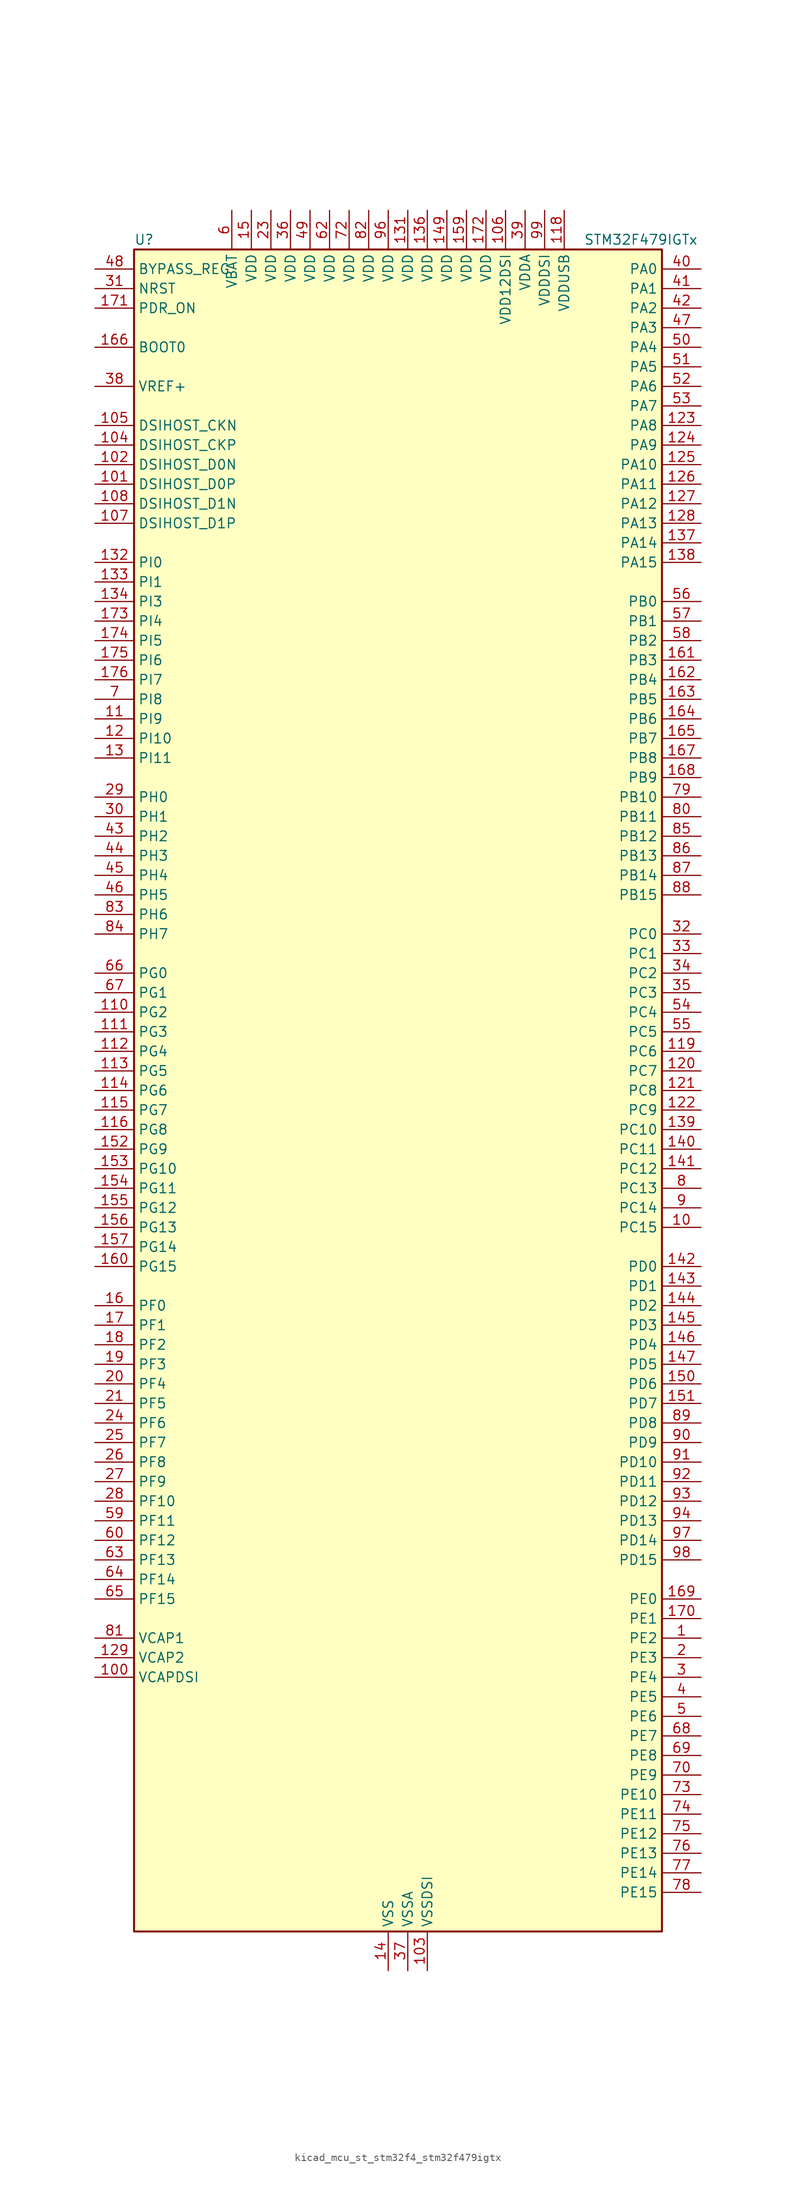
<source format=kicad_sym>
(kicad_symbol_lib
  (version 20220914)
  (generator kicad_symbol_editor)
  (symbol "kicad_mcu_st_stm32f4_stm32f479igtx"
    (property "Reference" "U"
      (at -33.02 110.49 0)
      (effects (font (size 1.27 1.27)) (justify left)))
    (property "Value" "STM32F479IGTx"
      (at 25.4 110.49 0)
      (effects (font (size 1.27 1.27)) (justify left)))
    (property "ki_locked" ""
      (at 0 0 0)
      (effects (font (size 1.27 1.27))))
    (symbol "kicad_mcu_st_stm32f4_stm32f479igtx_0_1"
      (rectangle (start -33.02 -109.22) (end 35.56 109.22) (stroke (width 0.254) (type default)) (fill (type background))))
    (symbol "kicad_mcu_st_stm32f4_stm32f479igtx_1_1"
      (pin bidirectional line (at 40.64 -71.12 180) (length 5.08) (name "PE2" (effects (font (size 1.27 1.27)))) (number "1" (effects (font (size 1.27 1.27)))) (alternate "ETH_TXD3" bidirectional line) (alternate "FMC_A23" bidirectional line) (alternate "QUADSPI_BK1_IO2" bidirectional line) (alternate "SAI1_MCLK_A" bidirectional line) (alternate "SPI4_SCK" bidirectional line) (alternate "SYS_TRACECLK" bidirectional line))
      (pin bidirectional line (at 40.64 -17.78 180) (length 5.08) (name "PC15" (effects (font (size 1.27 1.27)))) (number "10" (effects (font (size 1.27 1.27)))) (alternate "ADC1_EXTI15" bidirectional line) (alternate "ADC2_EXTI15" bidirectional line) (alternate "ADC3_EXTI15" bidirectional line) (alternate "RCC_OSC32_OUT" bidirectional line))
      (pin power_out line (at -38.1 -76.2 0) (length 5.08) (name "VCAPDSI" (effects (font (size 1.27 1.27)))) (number "100" (effects (font (size 1.27 1.27)))))
      (pin bidirectional line (at -38.1 78.74 0) (length 5.08) (name "DSIHOST_D0P" (effects (font (size 1.27 1.27)))) (number "101" (effects (font (size 1.27 1.27)))) (alternate "DSIHOST_D0P" bidirectional line))
      (pin bidirectional line (at -38.1 81.28 0) (length 5.08) (name "DSIHOST_D0N" (effects (font (size 1.27 1.27)))) (number "102" (effects (font (size 1.27 1.27)))) (alternate "DSIHOST_D0N" bidirectional line))
      (pin power_in line (at 5.08 -114.3 90) (length 5.08) (name "VSSDSI" (effects (font (size 1.27 1.27)))) (number "103" (effects (font (size 1.27 1.27)))))
      (pin bidirectional line (at -38.1 83.82 0) (length 5.08) (name "DSIHOST_CKP" (effects (font (size 1.27 1.27)))) (number "104" (effects (font (size 1.27 1.27)))) (alternate "DSIHOST_CKP" bidirectional line))
      (pin bidirectional line (at -38.1 86.36 0) (length 5.08) (name "DSIHOST_CKN" (effects (font (size 1.27 1.27)))) (number "105" (effects (font (size 1.27 1.27)))) (alternate "DSIHOST_CKN" bidirectional line))
      (pin power_in line (at 15.24 114.3 270) (length 5.08) (name "VDD12DSI" (effects (font (size 1.27 1.27)))) (number "106" (effects (font (size 1.27 1.27)))))
      (pin bidirectional line (at -38.1 73.66 0) (length 5.08) (name "DSIHOST_D1P" (effects (font (size 1.27 1.27)))) (number "107" (effects (font (size 1.27 1.27)))) (alternate "DSIHOST_D1P" bidirectional line))
      (pin bidirectional line (at -38.1 76.2 0) (length 5.08) (name "DSIHOST_D1N" (effects (font (size 1.27 1.27)))) (number "108" (effects (font (size 1.27 1.27)))) (alternate "DSIHOST_D1N" bidirectional line))
      (pin passive line (at 5.08 -114.3 90) (length 5.08) hide (name "VSSDSI" (effects (font (size 1.27 1.27)))) (number "109" (effects (font (size 1.27 1.27)))))
      (pin bidirectional line (at -38.1 48.26 0) (length 5.08) (name "PI9" (effects (font (size 1.27 1.27)))) (number "11" (effects (font (size 1.27 1.27)))) (alternate "CAN1_RX" bidirectional line) (alternate "DAC_EXTI9" bidirectional line) (alternate "FMC_D30" bidirectional line) (alternate "LTDC_VSYNC" bidirectional line))
      (pin bidirectional line (at -38.1 10.16 0) (length 5.08) (name "PG2" (effects (font (size 1.27 1.27)))) (number "110" (effects (font (size 1.27 1.27)))) (alternate "FMC_A12" bidirectional line))
      (pin bidirectional line (at -38.1 7.62 0) (length 5.08) (name "PG3" (effects (font (size 1.27 1.27)))) (number "111" (effects (font (size 1.27 1.27)))) (alternate "FMC_A13" bidirectional line))
      (pin bidirectional line (at -38.1 5.08 0) (length 5.08) (name "PG4" (effects (font (size 1.27 1.27)))) (number "112" (effects (font (size 1.27 1.27)))) (alternate "FMC_A14" bidirectional line) (alternate "FMC_BA0" bidirectional line))
      (pin bidirectional line (at -38.1 2.54 0) (length 5.08) (name "PG5" (effects (font (size 1.27 1.27)))) (number "113" (effects (font (size 1.27 1.27)))) (alternate "FMC_A15" bidirectional line) (alternate "FMC_BA1" bidirectional line))
      (pin bidirectional line (at -38.1 0 0) (length 5.08) (name "PG6" (effects (font (size 1.27 1.27)))) (number "114" (effects (font (size 1.27 1.27)))) (alternate "DCMI_D12" bidirectional line) (alternate "LTDC_R7" bidirectional line))
      (pin bidirectional line (at -38.1 -2.54 0) (length 5.08) (name "PG7" (effects (font (size 1.27 1.27)))) (number "115" (effects (font (size 1.27 1.27)))) (alternate "DCMI_D13" bidirectional line) (alternate "FMC_INT" bidirectional line) (alternate "LTDC_CLK" bidirectional line) (alternate "SAI1_MCLK_A" bidirectional line) (alternate "USART6_CK" bidirectional line))
      (pin bidirectional line (at -38.1 -5.08 0) (length 5.08) (name "PG8" (effects (font (size 1.27 1.27)))) (number "116" (effects (font (size 1.27 1.27)))) (alternate "ETH_PPS_OUT" bidirectional line) (alternate "FMC_SDCLK" bidirectional line) (alternate "LTDC_G7" bidirectional line) (alternate "SPI6_NSS" bidirectional line) (alternate "USART6_RTS" bidirectional line))
      (pin passive line (at 0 -114.3 90) (length 5.08) hide (name "VSS" (effects (font (size 1.27 1.27)))) (number "117" (effects (font (size 1.27 1.27)))))
      (pin power_in line (at 22.86 114.3 270) (length 5.08) (name "VDDUSB" (effects (font (size 1.27 1.27)))) (number "118" (effects (font (size 1.27 1.27)))))
      (pin bidirectional line (at 40.64 5.08 180) (length 5.08) (name "PC6" (effects (font (size 1.27 1.27)))) (number "119" (effects (font (size 1.27 1.27)))) (alternate "DCMI_D0" bidirectional line) (alternate "I2S2_MCK" bidirectional line) (alternate "LTDC_HSYNC" bidirectional line) (alternate "SDIO_D6" bidirectional line) (alternate "TIM3_CH1" bidirectional line) (alternate "TIM8_CH1" bidirectional line) (alternate "USART6_TX" bidirectional line))
      (pin bidirectional line (at -38.1 45.72 0) (length 5.08) (name "PI10" (effects (font (size 1.27 1.27)))) (number "12" (effects (font (size 1.27 1.27)))) (alternate "ETH_RX_ER" bidirectional line) (alternate "FMC_D31" bidirectional line) (alternate "LTDC_HSYNC" bidirectional line))
      (pin bidirectional line (at 40.64 2.54 180) (length 5.08) (name "PC7" (effects (font (size 1.27 1.27)))) (number "120" (effects (font (size 1.27 1.27)))) (alternate "DCMI_D1" bidirectional line) (alternate "I2S3_MCK" bidirectional line) (alternate "LTDC_G6" bidirectional line) (alternate "SDIO_D7" bidirectional line) (alternate "TIM3_CH2" bidirectional line) (alternate "TIM8_CH2" bidirectional line) (alternate "USART6_RX" bidirectional line))
      (pin bidirectional line (at 40.64 0 180) (length 5.08) (name "PC8" (effects (font (size 1.27 1.27)))) (number "121" (effects (font (size 1.27 1.27)))) (alternate "DCMI_D2" bidirectional line) (alternate "SDIO_D0" bidirectional line) (alternate "SYS_TRACED1" bidirectional line) (alternate "TIM3_CH3" bidirectional line) (alternate "TIM8_CH3" bidirectional line) (alternate "USART6_CK" bidirectional line))
      (pin bidirectional line (at 40.64 -2.54 180) (length 5.08) (name "PC9" (effects (font (size 1.27 1.27)))) (number "122" (effects (font (size 1.27 1.27)))) (alternate "DAC_EXTI9" bidirectional line) (alternate "DCMI_D3" bidirectional line) (alternate "I2C3_SDA" bidirectional line) (alternate "I2S_CKIN" bidirectional line) (alternate "QUADSPI_BK1_IO0" bidirectional line) (alternate "RCC_MCO_2" bidirectional line) (alternate "SDIO_D1" bidirectional line) (alternate "TIM3_CH4" bidirectional line) (alternate "TIM8_CH4" bidirectional line))
      (pin bidirectional line (at 40.64 86.36 180) (length 5.08) (name "PA8" (effects (font (size 1.27 1.27)))) (number "123" (effects (font (size 1.27 1.27)))) (alternate "I2C3_SCL" bidirectional line) (alternate "LTDC_R6" bidirectional line) (alternate "RCC_MCO_1" bidirectional line) (alternate "TIM1_CH1" bidirectional line) (alternate "USART1_CK" bidirectional line) (alternate "USB_OTG_FS_SOF" bidirectional line))
      (pin bidirectional line (at 40.64 83.82 180) (length 5.08) (name "PA9" (effects (font (size 1.27 1.27)))) (number "124" (effects (font (size 1.27 1.27)))) (alternate "DAC_EXTI9" bidirectional line) (alternate "DCMI_D0" bidirectional line) (alternate "I2C3_SMBA" bidirectional line) (alternate "I2S2_CK" bidirectional line) (alternate "SPI2_SCK" bidirectional line) (alternate "TIM1_CH2" bidirectional line) (alternate "USART1_TX" bidirectional line) (alternate "USB_OTG_FS_VBUS" bidirectional line))
      (pin bidirectional line (at 40.64 81.28 180) (length 5.08) (name "PA10" (effects (font (size 1.27 1.27)))) (number "125" (effects (font (size 1.27 1.27)))) (alternate "DCMI_D1" bidirectional line) (alternate "TIM1_CH3" bidirectional line) (alternate "USART1_RX" bidirectional line) (alternate "USB_OTG_FS_ID" bidirectional line))
      (pin bidirectional line (at 40.64 78.74 180) (length 5.08) (name "PA11" (effects (font (size 1.27 1.27)))) (number "126" (effects (font (size 1.27 1.27)))) (alternate "ADC1_EXTI11" bidirectional line) (alternate "ADC2_EXTI11" bidirectional line) (alternate "ADC3_EXTI11" bidirectional line) (alternate "CAN1_RX" bidirectional line) (alternate "LTDC_R4" bidirectional line) (alternate "TIM1_CH4" bidirectional line) (alternate "USART1_CTS" bidirectional line) (alternate "USB_OTG_FS_DM" bidirectional line))
      (pin bidirectional line (at 40.64 76.2 180) (length 5.08) (name "PA12" (effects (font (size 1.27 1.27)))) (number "127" (effects (font (size 1.27 1.27)))) (alternate "CAN1_TX" bidirectional line) (alternate "LTDC_R5" bidirectional line) (alternate "TIM1_ETR" bidirectional line) (alternate "USART1_RTS" bidirectional line) (alternate "USB_OTG_FS_DP" bidirectional line))
      (pin bidirectional line (at 40.64 73.66 180) (length 5.08) (name "PA13" (effects (font (size 1.27 1.27)))) (number "128" (effects (font (size 1.27 1.27)))) (alternate "SYS_JTMS-SWDIO" bidirectional line))
      (pin power_out line (at -38.1 -73.66 0) (length 5.08) (name "VCAP2" (effects (font (size 1.27 1.27)))) (number "129" (effects (font (size 1.27 1.27)))))
      (pin bidirectional line (at -38.1 43.18 0) (length 5.08) (name "PI11" (effects (font (size 1.27 1.27)))) (number "13" (effects (font (size 1.27 1.27)))) (alternate "ADC1_EXTI11" bidirectional line) (alternate "ADC2_EXTI11" bidirectional line) (alternate "ADC3_EXTI11" bidirectional line) (alternate "LTDC_G6" bidirectional line) (alternate "USB_OTG_HS_ULPI_DIR" bidirectional line))
      (pin passive line (at 0 -114.3 90) (length 5.08) hide (name "VSS" (effects (font (size 1.27 1.27)))) (number "130" (effects (font (size 1.27 1.27)))))
      (pin power_in line (at 2.54 114.3 270) (length 5.08) (name "VDD" (effects (font (size 1.27 1.27)))) (number "131" (effects (font (size 1.27 1.27)))))
      (pin bidirectional line (at -38.1 68.58 0) (length 5.08) (name "PI0" (effects (font (size 1.27 1.27)))) (number "132" (effects (font (size 1.27 1.27)))) (alternate "DCMI_D13" bidirectional line) (alternate "FMC_D24" bidirectional line) (alternate "I2S2_WS" bidirectional line) (alternate "LTDC_G5" bidirectional line) (alternate "SPI2_NSS" bidirectional line) (alternate "TIM5_CH4" bidirectional line))
      (pin bidirectional line (at -38.1 66.04 0) (length 5.08) (name "PI1" (effects (font (size 1.27 1.27)))) (number "133" (effects (font (size 1.27 1.27)))) (alternate "DCMI_D8" bidirectional line) (alternate "FMC_D25" bidirectional line) (alternate "I2S2_CK" bidirectional line) (alternate "LTDC_G6" bidirectional line) (alternate "SPI2_SCK" bidirectional line))
      (pin bidirectional line (at -38.1 63.5 0) (length 5.08) (name "PI3" (effects (font (size 1.27 1.27)))) (number "134" (effects (font (size 1.27 1.27)))) (alternate "DCMI_D10" bidirectional line) (alternate "FMC_D27" bidirectional line) (alternate "I2S2_SD" bidirectional line) (alternate "SPI2_MOSI" bidirectional line) (alternate "TIM8_ETR" bidirectional line))
      (pin passive line (at 0 -114.3 90) (length 5.08) hide (name "VSS" (effects (font (size 1.27 1.27)))) (number "135" (effects (font (size 1.27 1.27)))))
      (pin power_in line (at 5.08 114.3 270) (length 5.08) (name "VDD" (effects (font (size 1.27 1.27)))) (number "136" (effects (font (size 1.27 1.27)))))
      (pin bidirectional line (at 40.64 71.12 180) (length 5.08) (name "PA14" (effects (font (size 1.27 1.27)))) (number "137" (effects (font (size 1.27 1.27)))) (alternate "SYS_JTCK-SWCLK" bidirectional line))
      (pin bidirectional line (at 40.64 68.58 180) (length 5.08) (name "PA15" (effects (font (size 1.27 1.27)))) (number "138" (effects (font (size 1.27 1.27)))) (alternate "ADC1_EXTI15" bidirectional line) (alternate "ADC2_EXTI15" bidirectional line) (alternate "ADC3_EXTI15" bidirectional line) (alternate "I2S3_WS" bidirectional line) (alternate "SPI1_NSS" bidirectional line) (alternate "SPI3_NSS" bidirectional line) (alternate "SYS_JTDI" bidirectional line) (alternate "TIM2_CH1" bidirectional line) (alternate "TIM2_ETR" bidirectional line))
      (pin bidirectional line (at 40.64 -5.08 180) (length 5.08) (name "PC10" (effects (font (size 1.27 1.27)))) (number "139" (effects (font (size 1.27 1.27)))) (alternate "DCMI_D8" bidirectional line) (alternate "I2S3_CK" bidirectional line) (alternate "LTDC_R2" bidirectional line) (alternate "QUADSPI_BK1_IO1" bidirectional line) (alternate "SDIO_D2" bidirectional line) (alternate "SPI3_SCK" bidirectional line) (alternate "UART4_TX" bidirectional line) (alternate "USART3_TX" bidirectional line))
      (pin power_in line (at 0 -114.3 90) (length 5.08) (name "VSS" (effects (font (size 1.27 1.27)))) (number "14" (effects (font (size 1.27 1.27)))))
      (pin bidirectional line (at 40.64 -7.62 180) (length 5.08) (name "PC11" (effects (font (size 1.27 1.27)))) (number "140" (effects (font (size 1.27 1.27)))) (alternate "ADC1_EXTI11" bidirectional line) (alternate "ADC2_EXTI11" bidirectional line) (alternate "ADC3_EXTI11" bidirectional line) (alternate "DCMI_D4" bidirectional line) (alternate "I2S3_ext_SD" bidirectional line) (alternate "QUADSPI_BK2_NCS" bidirectional line) (alternate "SDIO_D3" bidirectional line) (alternate "SPI3_MISO" bidirectional line) (alternate "UART4_RX" bidirectional line) (alternate "USART3_RX" bidirectional line))
      (pin bidirectional line (at 40.64 -10.16 180) (length 5.08) (name "PC12" (effects (font (size 1.27 1.27)))) (number "141" (effects (font (size 1.27 1.27)))) (alternate "DCMI_D9" bidirectional line) (alternate "I2S3_SD" bidirectional line) (alternate "SDIO_CK" bidirectional line) (alternate "SPI3_MOSI" bidirectional line) (alternate "SYS_TRACED3" bidirectional line) (alternate "UART5_TX" bidirectional line) (alternate "USART3_CK" bidirectional line))
      (pin bidirectional line (at 40.64 -22.86 180) (length 5.08) (name "PD0" (effects (font (size 1.27 1.27)))) (number "142" (effects (font (size 1.27 1.27)))) (alternate "CAN1_RX" bidirectional line) (alternate "FMC_D2" bidirectional line) (alternate "FMC_DA2" bidirectional line))
      (pin bidirectional line (at 40.64 -25.4 180) (length 5.08) (name "PD1" (effects (font (size 1.27 1.27)))) (number "143" (effects (font (size 1.27 1.27)))) (alternate "CAN1_TX" bidirectional line) (alternate "FMC_D3" bidirectional line) (alternate "FMC_DA3" bidirectional line))
      (pin bidirectional line (at 40.64 -27.94 180) (length 5.08) (name "PD2" (effects (font (size 1.27 1.27)))) (number "144" (effects (font (size 1.27 1.27)))) (alternate "DCMI_D11" bidirectional line) (alternate "SDIO_CMD" bidirectional line) (alternate "SYS_TRACED2" bidirectional line) (alternate "TIM3_ETR" bidirectional line) (alternate "UART5_RX" bidirectional line))
      (pin bidirectional line (at 40.64 -30.48 180) (length 5.08) (name "PD3" (effects (font (size 1.27 1.27)))) (number "145" (effects (font (size 1.27 1.27)))) (alternate "DCMI_D5" bidirectional line) (alternate "FMC_CLK" bidirectional line) (alternate "I2S2_CK" bidirectional line) (alternate "LTDC_G7" bidirectional line) (alternate "SPI2_SCK" bidirectional line) (alternate "USART2_CTS" bidirectional line))
      (pin bidirectional line (at 40.64 -33.02 180) (length 5.08) (name "PD4" (effects (font (size 1.27 1.27)))) (number "146" (effects (font (size 1.27 1.27)))) (alternate "FMC_NOE" bidirectional line) (alternate "USART2_RTS" bidirectional line))
      (pin bidirectional line (at 40.64 -35.56 180) (length 5.08) (name "PD5" (effects (font (size 1.27 1.27)))) (number "147" (effects (font (size 1.27 1.27)))) (alternate "FMC_NWE" bidirectional line) (alternate "USART2_TX" bidirectional line))
      (pin passive line (at 0 -114.3 90) (length 5.08) hide (name "VSS" (effects (font (size 1.27 1.27)))) (number "148" (effects (font (size 1.27 1.27)))))
      (pin power_in line (at 7.62 114.3 270) (length 5.08) (name "VDD" (effects (font (size 1.27 1.27)))) (number "149" (effects (font (size 1.27 1.27)))))
      (pin power_in line (at -17.78 114.3 270) (length 5.08) (name "VDD" (effects (font (size 1.27 1.27)))) (number "15" (effects (font (size 1.27 1.27)))))
      (pin bidirectional line (at 40.64 -38.1 180) (length 5.08) (name "PD6" (effects (font (size 1.27 1.27)))) (number "150" (effects (font (size 1.27 1.27)))) (alternate "DCMI_D10" bidirectional line) (alternate "FMC_NWAIT" bidirectional line) (alternate "I2S3_SD" bidirectional line) (alternate "LTDC_B2" bidirectional line) (alternate "SAI1_SD_A" bidirectional line) (alternate "SPI3_MOSI" bidirectional line) (alternate "USART2_RX" bidirectional line))
      (pin bidirectional line (at 40.64 -40.64 180) (length 5.08) (name "PD7" (effects (font (size 1.27 1.27)))) (number "151" (effects (font (size 1.27 1.27)))) (alternate "FMC_NE1" bidirectional line) (alternate "USART2_CK" bidirectional line))
      (pin bidirectional line (at -38.1 -7.62 0) (length 5.08) (name "PG9" (effects (font (size 1.27 1.27)))) (number "152" (effects (font (size 1.27 1.27)))) (alternate "DAC_EXTI9" bidirectional line) (alternate "DCMI_VSYNC" bidirectional line) (alternate "FMC_NCE" bidirectional line) (alternate "FMC_NE2" bidirectional line) (alternate "QUADSPI_BK2_IO2" bidirectional line) (alternate "USART6_RX" bidirectional line))
      (pin bidirectional line (at -38.1 -10.16 0) (length 5.08) (name "PG10" (effects (font (size 1.27 1.27)))) (number "153" (effects (font (size 1.27 1.27)))) (alternate "DCMI_D2" bidirectional line) (alternate "FMC_NE3" bidirectional line) (alternate "LTDC_B2" bidirectional line) (alternate "LTDC_G3" bidirectional line))
      (pin bidirectional line (at -38.1 -12.7 0) (length 5.08) (name "PG11" (effects (font (size 1.27 1.27)))) (number "154" (effects (font (size 1.27 1.27)))) (alternate "ADC1_EXTI11" bidirectional line) (alternate "ADC2_EXTI11" bidirectional line) (alternate "ADC3_EXTI11" bidirectional line) (alternate "DCMI_D3" bidirectional line) (alternate "ETH_TX_EN" bidirectional line) (alternate "LTDC_B3" bidirectional line))
      (pin bidirectional line (at -38.1 -15.24 0) (length 5.08) (name "PG12" (effects (font (size 1.27 1.27)))) (number "155" (effects (font (size 1.27 1.27)))) (alternate "FMC_NE4" bidirectional line) (alternate "LTDC_B1" bidirectional line) (alternate "LTDC_B4" bidirectional line) (alternate "SPI6_MISO" bidirectional line) (alternate "USART6_RTS" bidirectional line))
      (pin bidirectional line (at -38.1 -17.78 0) (length 5.08) (name "PG13" (effects (font (size 1.27 1.27)))) (number "156" (effects (font (size 1.27 1.27)))) (alternate "ETH_TXD0" bidirectional line) (alternate "FMC_A24" bidirectional line) (alternate "LTDC_R0" bidirectional line) (alternate "SPI6_SCK" bidirectional line) (alternate "SYS_TRACED0" bidirectional line) (alternate "USART6_CTS" bidirectional line))
      (pin bidirectional line (at -38.1 -20.32 0) (length 5.08) (name "PG14" (effects (font (size 1.27 1.27)))) (number "157" (effects (font (size 1.27 1.27)))) (alternate "ETH_TXD1" bidirectional line) (alternate "FMC_A25" bidirectional line) (alternate "LTDC_B0" bidirectional line) (alternate "QUADSPI_BK2_IO3" bidirectional line) (alternate "SPI6_MOSI" bidirectional line) (alternate "SYS_TRACED1" bidirectional line) (alternate "USART6_TX" bidirectional line))
      (pin passive line (at 0 -114.3 90) (length 5.08) hide (name "VSS" (effects (font (size 1.27 1.27)))) (number "158" (effects (font (size 1.27 1.27)))))
      (pin power_in line (at 10.16 114.3 270) (length 5.08) (name "VDD" (effects (font (size 1.27 1.27)))) (number "159" (effects (font (size 1.27 1.27)))))
      (pin bidirectional line (at -38.1 -27.94 0) (length 5.08) (name "PF0" (effects (font (size 1.27 1.27)))) (number "16" (effects (font (size 1.27 1.27)))) (alternate "FMC_A0" bidirectional line) (alternate "I2C2_SDA" bidirectional line))
      (pin bidirectional line (at -38.1 -22.86 0) (length 5.08) (name "PG15" (effects (font (size 1.27 1.27)))) (number "160" (effects (font (size 1.27 1.27)))) (alternate "ADC1_EXTI15" bidirectional line) (alternate "ADC2_EXTI15" bidirectional line) (alternate "ADC3_EXTI15" bidirectional line) (alternate "DCMI_D13" bidirectional line) (alternate "FMC_SDNCAS" bidirectional line) (alternate "USART6_CTS" bidirectional line))
      (pin bidirectional line (at 40.64 55.88 180) (length 5.08) (name "PB3" (effects (font (size 1.27 1.27)))) (number "161" (effects (font (size 1.27 1.27)))) (alternate "I2S3_CK" bidirectional line) (alternate "SPI1_SCK" bidirectional line) (alternate "SPI3_SCK" bidirectional line) (alternate "SYS_JTDO-SWO" bidirectional line) (alternate "TIM2_CH2" bidirectional line))
      (pin bidirectional line (at 40.64 53.34 180) (length 5.08) (name "PB4" (effects (font (size 1.27 1.27)))) (number "162" (effects (font (size 1.27 1.27)))) (alternate "I2S3_ext_SD" bidirectional line) (alternate "SPI1_MISO" bidirectional line) (alternate "SPI3_MISO" bidirectional line) (alternate "SYS_JTRST" bidirectional line) (alternate "TIM3_CH1" bidirectional line))
      (pin bidirectional line (at 40.64 50.8 180) (length 5.08) (name "PB5" (effects (font (size 1.27 1.27)))) (number "163" (effects (font (size 1.27 1.27)))) (alternate "CAN2_RX" bidirectional line) (alternate "DCMI_D10" bidirectional line) (alternate "ETH_PPS_OUT" bidirectional line) (alternate "FMC_SDCKE1" bidirectional line) (alternate "I2C1_SMBA" bidirectional line) (alternate "I2S3_SD" bidirectional line) (alternate "LTDC_G7" bidirectional line) (alternate "SPI1_MOSI" bidirectional line) (alternate "SPI3_MOSI" bidirectional line) (alternate "TIM3_CH2" bidirectional line) (alternate "USB_OTG_HS_ULPI_D7" bidirectional line))
      (pin bidirectional line (at 40.64 48.26 180) (length 5.08) (name "PB6" (effects (font (size 1.27 1.27)))) (number "164" (effects (font (size 1.27 1.27)))) (alternate "CAN2_TX" bidirectional line) (alternate "DCMI_D5" bidirectional line) (alternate "FMC_SDNE1" bidirectional line) (alternate "I2C1_SCL" bidirectional line) (alternate "QUADSPI_BK1_NCS" bidirectional line) (alternate "TIM4_CH1" bidirectional line) (alternate "USART1_TX" bidirectional line))
      (pin bidirectional line (at 40.64 45.72 180) (length 5.08) (name "PB7" (effects (font (size 1.27 1.27)))) (number "165" (effects (font (size 1.27 1.27)))) (alternate "DCMI_VSYNC" bidirectional line) (alternate "FMC_NL" bidirectional line) (alternate "I2C1_SDA" bidirectional line) (alternate "TIM4_CH2" bidirectional line) (alternate "USART1_RX" bidirectional line))
      (pin input line (at -38.1 96.52 0) (length 5.08) (name "BOOT0" (effects (font (size 1.27 1.27)))) (number "166" (effects (font (size 1.27 1.27)))))
      (pin bidirectional line (at 40.64 43.18 180) (length 5.08) (name "PB8" (effects (font (size 1.27 1.27)))) (number "167" (effects (font (size 1.27 1.27)))) (alternate "CAN1_RX" bidirectional line) (alternate "DCMI_D6" bidirectional line) (alternate "ETH_TXD3" bidirectional line) (alternate "I2C1_SCL" bidirectional line) (alternate "LTDC_B6" bidirectional line) (alternate "SDIO_D4" bidirectional line) (alternate "TIM10_CH1" bidirectional line) (alternate "TIM4_CH3" bidirectional line))
      (pin bidirectional line (at 40.64 40.64 180) (length 5.08) (name "PB9" (effects (font (size 1.27 1.27)))) (number "168" (effects (font (size 1.27 1.27)))) (alternate "CAN1_TX" bidirectional line) (alternate "DAC_EXTI9" bidirectional line) (alternate "DCMI_D7" bidirectional line) (alternate "I2C1_SDA" bidirectional line) (alternate "I2S2_WS" bidirectional line) (alternate "LTDC_B7" bidirectional line) (alternate "SDIO_D5" bidirectional line) (alternate "SPI2_NSS" bidirectional line) (alternate "TIM11_CH1" bidirectional line) (alternate "TIM4_CH4" bidirectional line))
      (pin bidirectional line (at 40.64 -66.04 180) (length 5.08) (name "PE0" (effects (font (size 1.27 1.27)))) (number "169" (effects (font (size 1.27 1.27)))) (alternate "DCMI_D2" bidirectional line) (alternate "FMC_NBL0" bidirectional line) (alternate "TIM4_ETR" bidirectional line) (alternate "UART8_RX" bidirectional line))
      (pin bidirectional line (at -38.1 -30.48 0) (length 5.08) (name "PF1" (effects (font (size 1.27 1.27)))) (number "17" (effects (font (size 1.27 1.27)))) (alternate "FMC_A1" bidirectional line) (alternate "I2C2_SCL" bidirectional line))
      (pin bidirectional line (at 40.64 -68.58 180) (length 5.08) (name "PE1" (effects (font (size 1.27 1.27)))) (number "170" (effects (font (size 1.27 1.27)))) (alternate "DCMI_D3" bidirectional line) (alternate "FMC_NBL1" bidirectional line) (alternate "UART8_TX" bidirectional line))
      (pin input line (at -38.1 101.6 0) (length 5.08) (name "PDR_ON" (effects (font (size 1.27 1.27)))) (number "171" (effects (font (size 1.27 1.27)))))
      (pin power_in line (at 12.7 114.3 270) (length 5.08) (name "VDD" (effects (font (size 1.27 1.27)))) (number "172" (effects (font (size 1.27 1.27)))))
      (pin bidirectional line (at -38.1 60.96 0) (length 5.08) (name "PI4" (effects (font (size 1.27 1.27)))) (number "173" (effects (font (size 1.27 1.27)))) (alternate "DCMI_D5" bidirectional line) (alternate "FMC_NBL2" bidirectional line) (alternate "LTDC_B4" bidirectional line) (alternate "TIM8_BKIN" bidirectional line))
      (pin bidirectional line (at -38.1 58.42 0) (length 5.08) (name "PI5" (effects (font (size 1.27 1.27)))) (number "174" (effects (font (size 1.27 1.27)))) (alternate "DCMI_VSYNC" bidirectional line) (alternate "FMC_NBL3" bidirectional line) (alternate "LTDC_B5" bidirectional line) (alternate "TIM8_CH1" bidirectional line))
      (pin bidirectional line (at -38.1 55.88 0) (length 5.08) (name "PI6" (effects (font (size 1.27 1.27)))) (number "175" (effects (font (size 1.27 1.27)))) (alternate "DCMI_D6" bidirectional line) (alternate "FMC_D28" bidirectional line) (alternate "LTDC_B6" bidirectional line) (alternate "TIM8_CH2" bidirectional line))
      (pin bidirectional line (at -38.1 53.34 0) (length 5.08) (name "PI7" (effects (font (size 1.27 1.27)))) (number "176" (effects (font (size 1.27 1.27)))) (alternate "DCMI_D7" bidirectional line) (alternate "FMC_D29" bidirectional line) (alternate "LTDC_B7" bidirectional line) (alternate "TIM8_CH3" bidirectional line))
      (pin bidirectional line (at -38.1 -33.02 0) (length 5.08) (name "PF2" (effects (font (size 1.27 1.27)))) (number "18" (effects (font (size 1.27 1.27)))) (alternate "FMC_A2" bidirectional line) (alternate "I2C2_SMBA" bidirectional line))
      (pin bidirectional line (at -38.1 -35.56 0) (length 5.08) (name "PF3" (effects (font (size 1.27 1.27)))) (number "19" (effects (font (size 1.27 1.27)))) (alternate "ADC3_IN9" bidirectional line) (alternate "FMC_A3" bidirectional line))
      (pin bidirectional line (at 40.64 -73.66 180) (length 5.08) (name "PE3" (effects (font (size 1.27 1.27)))) (number "2" (effects (font (size 1.27 1.27)))) (alternate "FMC_A19" bidirectional line) (alternate "SAI1_SD_B" bidirectional line) (alternate "SYS_TRACED0" bidirectional line))
      (pin bidirectional line (at -38.1 -38.1 0) (length 5.08) (name "PF4" (effects (font (size 1.27 1.27)))) (number "20" (effects (font (size 1.27 1.27)))) (alternate "ADC3_IN14" bidirectional line) (alternate "FMC_A4" bidirectional line))
      (pin bidirectional line (at -38.1 -40.64 0) (length 5.08) (name "PF5" (effects (font (size 1.27 1.27)))) (number "21" (effects (font (size 1.27 1.27)))) (alternate "ADC3_IN15" bidirectional line) (alternate "FMC_A5" bidirectional line))
      (pin passive line (at 0 -114.3 90) (length 5.08) hide (name "VSS" (effects (font (size 1.27 1.27)))) (number "22" (effects (font (size 1.27 1.27)))))
      (pin power_in line (at -15.24 114.3 270) (length 5.08) (name "VDD" (effects (font (size 1.27 1.27)))) (number "23" (effects (font (size 1.27 1.27)))))
      (pin bidirectional line (at -38.1 -43.18 0) (length 5.08) (name "PF6" (effects (font (size 1.27 1.27)))) (number "24" (effects (font (size 1.27 1.27)))) (alternate "ADC3_IN4" bidirectional line) (alternate "QUADSPI_BK1_IO3" bidirectional line) (alternate "SAI1_SD_B" bidirectional line) (alternate "SPI5_NSS" bidirectional line) (alternate "TIM10_CH1" bidirectional line) (alternate "UART7_RX" bidirectional line))
      (pin bidirectional line (at -38.1 -45.72 0) (length 5.08) (name "PF7" (effects (font (size 1.27 1.27)))) (number "25" (effects (font (size 1.27 1.27)))) (alternate "ADC3_IN5" bidirectional line) (alternate "QUADSPI_BK1_IO2" bidirectional line) (alternate "SAI1_MCLK_B" bidirectional line) (alternate "SPI5_SCK" bidirectional line) (alternate "TIM11_CH1" bidirectional line) (alternate "UART7_TX" bidirectional line))
      (pin bidirectional line (at -38.1 -48.26 0) (length 5.08) (name "PF8" (effects (font (size 1.27 1.27)))) (number "26" (effects (font (size 1.27 1.27)))) (alternate "ADC3_IN6" bidirectional line) (alternate "QUADSPI_BK1_IO0" bidirectional line) (alternate "SAI1_SCK_B" bidirectional line) (alternate "SPI5_MISO" bidirectional line) (alternate "TIM13_CH1" bidirectional line))
      (pin bidirectional line (at -38.1 -50.8 0) (length 5.08) (name "PF9" (effects (font (size 1.27 1.27)))) (number "27" (effects (font (size 1.27 1.27)))) (alternate "ADC3_IN7" bidirectional line) (alternate "DAC_EXTI9" bidirectional line) (alternate "QUADSPI_BK1_IO1" bidirectional line) (alternate "SAI1_FS_B" bidirectional line) (alternate "SPI5_MOSI" bidirectional line) (alternate "TIM14_CH1" bidirectional line))
      (pin bidirectional line (at -38.1 -53.34 0) (length 5.08) (name "PF10" (effects (font (size 1.27 1.27)))) (number "28" (effects (font (size 1.27 1.27)))) (alternate "ADC3_IN8" bidirectional line) (alternate "DCMI_D11" bidirectional line) (alternate "LTDC_DE" bidirectional line) (alternate "QUADSPI_CLK" bidirectional line))
      (pin bidirectional line (at -38.1 38.1 0) (length 5.08) (name "PH0" (effects (font (size 1.27 1.27)))) (number "29" (effects (font (size 1.27 1.27)))) (alternate "RCC_OSC_IN" bidirectional line))
      (pin bidirectional line (at 40.64 -76.2 180) (length 5.08) (name "PE4" (effects (font (size 1.27 1.27)))) (number "3" (effects (font (size 1.27 1.27)))) (alternate "DCMI_D4" bidirectional line) (alternate "FMC_A20" bidirectional line) (alternate "LTDC_B0" bidirectional line) (alternate "SAI1_FS_A" bidirectional line) (alternate "SPI4_NSS" bidirectional line) (alternate "SYS_TRACED1" bidirectional line))
      (pin bidirectional line (at -38.1 35.56 0) (length 5.08) (name "PH1" (effects (font (size 1.27 1.27)))) (number "30" (effects (font (size 1.27 1.27)))) (alternate "RCC_OSC_OUT" bidirectional line))
      (pin input line (at -38.1 104.14 0) (length 5.08) (name "NRST" (effects (font (size 1.27 1.27)))) (number "31" (effects (font (size 1.27 1.27)))))
      (pin bidirectional line (at 40.64 20.32 180) (length 5.08) (name "PC0" (effects (font (size 1.27 1.27)))) (number "32" (effects (font (size 1.27 1.27)))) (alternate "ADC1_IN10" bidirectional line) (alternate "ADC2_IN10" bidirectional line) (alternate "ADC3_IN10" bidirectional line) (alternate "FMC_SDNWE" bidirectional line) (alternate "LTDC_R5" bidirectional line) (alternate "USB_OTG_HS_ULPI_STP" bidirectional line))
      (pin bidirectional line (at 40.64 17.78 180) (length 5.08) (name "PC1" (effects (font (size 1.27 1.27)))) (number "33" (effects (font (size 1.27 1.27)))) (alternate "ADC1_IN11" bidirectional line) (alternate "ADC2_IN11" bidirectional line) (alternate "ADC3_IN11" bidirectional line) (alternate "ETH_MDC" bidirectional line) (alternate "I2S2_SD" bidirectional line) (alternate "SAI1_SD_A" bidirectional line) (alternate "SPI2_MOSI" bidirectional line) (alternate "SYS_TRACED0" bidirectional line))
      (pin bidirectional line (at 40.64 15.24 180) (length 5.08) (name "PC2" (effects (font (size 1.27 1.27)))) (number "34" (effects (font (size 1.27 1.27)))) (alternate "ADC1_IN12" bidirectional line) (alternate "ADC2_IN12" bidirectional line) (alternate "ADC3_IN12" bidirectional line) (alternate "ETH_TXD2" bidirectional line) (alternate "FMC_SDNE0" bidirectional line) (alternate "I2S2_ext_SD" bidirectional line) (alternate "SPI2_MISO" bidirectional line) (alternate "USB_OTG_HS_ULPI_DIR" bidirectional line))
      (pin bidirectional line (at 40.64 12.7 180) (length 5.08) (name "PC3" (effects (font (size 1.27 1.27)))) (number "35" (effects (font (size 1.27 1.27)))) (alternate "ADC1_IN13" bidirectional line) (alternate "ADC2_IN13" bidirectional line) (alternate "ADC3_IN13" bidirectional line) (alternate "ETH_TX_CLK" bidirectional line) (alternate "FMC_SDCKE0" bidirectional line) (alternate "I2S2_SD" bidirectional line) (alternate "SPI2_MOSI" bidirectional line) (alternate "USB_OTG_HS_ULPI_NXT" bidirectional line))
      (pin power_in line (at -12.7 114.3 270) (length 5.08) (name "VDD" (effects (font (size 1.27 1.27)))) (number "36" (effects (font (size 1.27 1.27)))))
      (pin power_in line (at 2.54 -114.3 90) (length 5.08) (name "VSSA" (effects (font (size 1.27 1.27)))) (number "37" (effects (font (size 1.27 1.27)))))
      (pin input line (at -38.1 91.44 0) (length 5.08) (name "VREF+" (effects (font (size 1.27 1.27)))) (number "38" (effects (font (size 1.27 1.27)))))
      (pin power_in line (at 17.78 114.3 270) (length 5.08) (name "VDDA" (effects (font (size 1.27 1.27)))) (number "39" (effects (font (size 1.27 1.27)))))
      (pin bidirectional line (at 40.64 -78.74 180) (length 5.08) (name "PE5" (effects (font (size 1.27 1.27)))) (number "4" (effects (font (size 1.27 1.27)))) (alternate "DCMI_D6" bidirectional line) (alternate "FMC_A21" bidirectional line) (alternate "LTDC_G0" bidirectional line) (alternate "SAI1_SCK_A" bidirectional line) (alternate "SPI4_MISO" bidirectional line) (alternate "SYS_TRACED2" bidirectional line) (alternate "TIM9_CH1" bidirectional line))
      (pin bidirectional line (at 40.64 106.68 180) (length 5.08) (name "PA0" (effects (font (size 1.27 1.27)))) (number "40" (effects (font (size 1.27 1.27)))) (alternate "ADC1_IN0" bidirectional line) (alternate "ADC2_IN0" bidirectional line) (alternate "ADC3_IN0" bidirectional line) (alternate "ETH_CRS" bidirectional line) (alternate "SYS_WKUP" bidirectional line) (alternate "TIM2_CH1" bidirectional line) (alternate "TIM2_ETR" bidirectional line) (alternate "TIM5_CH1" bidirectional line) (alternate "TIM8_ETR" bidirectional line) (alternate "UART4_TX" bidirectional line) (alternate "USART2_CTS" bidirectional line))
      (pin bidirectional line (at 40.64 104.14 180) (length 5.08) (name "PA1" (effects (font (size 1.27 1.27)))) (number "41" (effects (font (size 1.27 1.27)))) (alternate "ADC1_IN1" bidirectional line) (alternate "ADC2_IN1" bidirectional line) (alternate "ADC3_IN1" bidirectional line) (alternate "ETH_REF_CLK" bidirectional line) (alternate "ETH_RX_CLK" bidirectional line) (alternate "LTDC_R2" bidirectional line) (alternate "QUADSPI_BK1_IO3" bidirectional line) (alternate "TIM2_CH2" bidirectional line) (alternate "TIM5_CH2" bidirectional line) (alternate "UART4_RX" bidirectional line) (alternate "USART2_RTS" bidirectional line))
      (pin bidirectional line (at 40.64 101.6 180) (length 5.08) (name "PA2" (effects (font (size 1.27 1.27)))) (number "42" (effects (font (size 1.27 1.27)))) (alternate "ADC1_IN2" bidirectional line) (alternate "ADC2_IN2" bidirectional line) (alternate "ADC3_IN2" bidirectional line) (alternate "ETH_MDIO" bidirectional line) (alternate "LTDC_R1" bidirectional line) (alternate "TIM2_CH3" bidirectional line) (alternate "TIM5_CH3" bidirectional line) (alternate "TIM9_CH1" bidirectional line) (alternate "USART2_TX" bidirectional line))
      (pin bidirectional line (at -38.1 33.02 0) (length 5.08) (name "PH2" (effects (font (size 1.27 1.27)))) (number "43" (effects (font (size 1.27 1.27)))) (alternate "ETH_CRS" bidirectional line) (alternate "FMC_SDCKE0" bidirectional line) (alternate "LTDC_R0" bidirectional line) (alternate "QUADSPI_BK2_IO0" bidirectional line))
      (pin bidirectional line (at -38.1 30.48 0) (length 5.08) (name "PH3" (effects (font (size 1.27 1.27)))) (number "44" (effects (font (size 1.27 1.27)))) (alternate "ETH_COL" bidirectional line) (alternate "FMC_SDNE0" bidirectional line) (alternate "LTDC_R1" bidirectional line) (alternate "QUADSPI_BK2_IO1" bidirectional line))
      (pin bidirectional line (at -38.1 27.94 0) (length 5.08) (name "PH4" (effects (font (size 1.27 1.27)))) (number "45" (effects (font (size 1.27 1.27)))) (alternate "I2C2_SCL" bidirectional line) (alternate "LTDC_G4" bidirectional line) (alternate "LTDC_G5" bidirectional line) (alternate "USB_OTG_HS_ULPI_NXT" bidirectional line))
      (pin bidirectional line (at -38.1 25.4 0) (length 5.08) (name "PH5" (effects (font (size 1.27 1.27)))) (number "46" (effects (font (size 1.27 1.27)))) (alternate "FMC_SDNWE" bidirectional line) (alternate "I2C2_SDA" bidirectional line) (alternate "SPI5_NSS" bidirectional line))
      (pin bidirectional line (at 40.64 99.06 180) (length 5.08) (name "PA3" (effects (font (size 1.27 1.27)))) (number "47" (effects (font (size 1.27 1.27)))) (alternate "ADC1_IN3" bidirectional line) (alternate "ADC2_IN3" bidirectional line) (alternate "ADC3_IN3" bidirectional line) (alternate "ETH_COL" bidirectional line) (alternate "LTDC_B2" bidirectional line) (alternate "LTDC_B5" bidirectional line) (alternate "TIM2_CH4" bidirectional line) (alternate "TIM5_CH4" bidirectional line) (alternate "TIM9_CH2" bidirectional line) (alternate "USART2_RX" bidirectional line) (alternate "USB_OTG_HS_ULPI_D0" bidirectional line))
      (pin input line (at -38.1 106.68 0) (length 5.08) (name "BYPASS_REG" (effects (font (size 1.27 1.27)))) (number "48" (effects (font (size 1.27 1.27)))))
      (pin power_in line (at -10.16 114.3 270) (length 5.08) (name "VDD" (effects (font (size 1.27 1.27)))) (number "49" (effects (font (size 1.27 1.27)))))
      (pin bidirectional line (at 40.64 -81.28 180) (length 5.08) (name "PE6" (effects (font (size 1.27 1.27)))) (number "5" (effects (font (size 1.27 1.27)))) (alternate "DCMI_D7" bidirectional line) (alternate "FMC_A22" bidirectional line) (alternate "LTDC_G1" bidirectional line) (alternate "SAI1_SD_A" bidirectional line) (alternate "SPI4_MOSI" bidirectional line) (alternate "SYS_TRACED3" bidirectional line) (alternate "TIM9_CH2" bidirectional line))
      (pin bidirectional line (at 40.64 96.52 180) (length 5.08) (name "PA4" (effects (font (size 1.27 1.27)))) (number "50" (effects (font (size 1.27 1.27)))) (alternate "ADC1_IN4" bidirectional line) (alternate "ADC2_IN4" bidirectional line) (alternate "DAC_OUT1" bidirectional line) (alternate "DCMI_HSYNC" bidirectional line) (alternate "I2S3_WS" bidirectional line) (alternate "LTDC_VSYNC" bidirectional line) (alternate "SPI1_NSS" bidirectional line) (alternate "SPI3_NSS" bidirectional line) (alternate "USART2_CK" bidirectional line) (alternate "USB_OTG_HS_SOF" bidirectional line))
      (pin bidirectional line (at 40.64 93.98 180) (length 5.08) (name "PA5" (effects (font (size 1.27 1.27)))) (number "51" (effects (font (size 1.27 1.27)))) (alternate "ADC1_IN5" bidirectional line) (alternate "ADC2_IN5" bidirectional line) (alternate "DAC_OUT2" bidirectional line) (alternate "LTDC_R4" bidirectional line) (alternate "SPI1_SCK" bidirectional line) (alternate "TIM2_CH1" bidirectional line) (alternate "TIM2_ETR" bidirectional line) (alternate "TIM8_CH1N" bidirectional line) (alternate "USB_OTG_HS_ULPI_CK" bidirectional line))
      (pin bidirectional line (at 40.64 91.44 180) (length 5.08) (name "PA6" (effects (font (size 1.27 1.27)))) (number "52" (effects (font (size 1.27 1.27)))) (alternate "ADC1_IN6" bidirectional line) (alternate "ADC2_IN6" bidirectional line) (alternate "DCMI_PIXCLK" bidirectional line) (alternate "LTDC_G2" bidirectional line) (alternate "SPI1_MISO" bidirectional line) (alternate "TIM13_CH1" bidirectional line) (alternate "TIM1_BKIN" bidirectional line) (alternate "TIM3_CH1" bidirectional line) (alternate "TIM8_BKIN" bidirectional line))
      (pin bidirectional line (at 40.64 88.9 180) (length 5.08) (name "PA7" (effects (font (size 1.27 1.27)))) (number "53" (effects (font (size 1.27 1.27)))) (alternate "ADC1_IN7" bidirectional line) (alternate "ADC2_IN7" bidirectional line) (alternate "ETH_CRS_DV" bidirectional line) (alternate "ETH_RX_DV" bidirectional line) (alternate "FMC_SDNWE" bidirectional line) (alternate "QUADSPI_CLK" bidirectional line) (alternate "SPI1_MOSI" bidirectional line) (alternate "TIM14_CH1" bidirectional line) (alternate "TIM1_CH1N" bidirectional line) (alternate "TIM3_CH2" bidirectional line) (alternate "TIM8_CH1N" bidirectional line))
      (pin bidirectional line (at 40.64 10.16 180) (length 5.08) (name "PC4" (effects (font (size 1.27 1.27)))) (number "54" (effects (font (size 1.27 1.27)))) (alternate "ADC1_IN14" bidirectional line) (alternate "ADC2_IN14" bidirectional line) (alternate "ETH_RXD0" bidirectional line) (alternate "FMC_SDNE0" bidirectional line))
      (pin bidirectional line (at 40.64 7.62 180) (length 5.08) (name "PC5" (effects (font (size 1.27 1.27)))) (number "55" (effects (font (size 1.27 1.27)))) (alternate "ADC1_IN15" bidirectional line) (alternate "ADC2_IN15" bidirectional line) (alternate "ETH_RXD1" bidirectional line) (alternate "FMC_SDCKE0" bidirectional line))
      (pin bidirectional line (at 40.64 63.5 180) (length 5.08) (name "PB0" (effects (font (size 1.27 1.27)))) (number "56" (effects (font (size 1.27 1.27)))) (alternate "ADC1_IN8" bidirectional line) (alternate "ADC2_IN8" bidirectional line) (alternate "ETH_RXD2" bidirectional line) (alternate "LTDC_G1" bidirectional line) (alternate "LTDC_R3" bidirectional line) (alternate "TIM1_CH2N" bidirectional line) (alternate "TIM3_CH3" bidirectional line) (alternate "TIM8_CH2N" bidirectional line) (alternate "USB_OTG_HS_ULPI_D1" bidirectional line))
      (pin bidirectional line (at 40.64 60.96 180) (length 5.08) (name "PB1" (effects (font (size 1.27 1.27)))) (number "57" (effects (font (size 1.27 1.27)))) (alternate "ADC1_IN9" bidirectional line) (alternate "ADC2_IN9" bidirectional line) (alternate "ETH_RXD3" bidirectional line) (alternate "LTDC_G0" bidirectional line) (alternate "LTDC_R6" bidirectional line) (alternate "TIM1_CH3N" bidirectional line) (alternate "TIM3_CH4" bidirectional line) (alternate "TIM8_CH3N" bidirectional line) (alternate "USB_OTG_HS_ULPI_D2" bidirectional line))
      (pin bidirectional line (at 40.64 58.42 180) (length 5.08) (name "PB2" (effects (font (size 1.27 1.27)))) (number "58" (effects (font (size 1.27 1.27)))))
      (pin bidirectional line (at -38.1 -55.88 0) (length 5.08) (name "PF11" (effects (font (size 1.27 1.27)))) (number "59" (effects (font (size 1.27 1.27)))) (alternate "ADC1_EXTI11" bidirectional line) (alternate "ADC2_EXTI11" bidirectional line) (alternate "ADC3_EXTI11" bidirectional line) (alternate "DCMI_D12" bidirectional line) (alternate "FMC_SDNRAS" bidirectional line) (alternate "SPI5_MOSI" bidirectional line))
      (pin power_in line (at -20.32 114.3 270) (length 5.08) (name "VBAT" (effects (font (size 1.27 1.27)))) (number "6" (effects (font (size 1.27 1.27)))))
      (pin bidirectional line (at -38.1 -58.42 0) (length 5.08) (name "PF12" (effects (font (size 1.27 1.27)))) (number "60" (effects (font (size 1.27 1.27)))) (alternate "FMC_A6" bidirectional line))
      (pin passive line (at 0 -114.3 90) (length 5.08) hide (name "VSS" (effects (font (size 1.27 1.27)))) (number "61" (effects (font (size 1.27 1.27)))))
      (pin power_in line (at -7.62 114.3 270) (length 5.08) (name "VDD" (effects (font (size 1.27 1.27)))) (number "62" (effects (font (size 1.27 1.27)))))
      (pin bidirectional line (at -38.1 -60.96 0) (length 5.08) (name "PF13" (effects (font (size 1.27 1.27)))) (number "63" (effects (font (size 1.27 1.27)))) (alternate "FMC_A7" bidirectional line))
      (pin bidirectional line (at -38.1 -63.5 0) (length 5.08) (name "PF14" (effects (font (size 1.27 1.27)))) (number "64" (effects (font (size 1.27 1.27)))) (alternate "FMC_A8" bidirectional line))
      (pin bidirectional line (at -38.1 -66.04 0) (length 5.08) (name "PF15" (effects (font (size 1.27 1.27)))) (number "65" (effects (font (size 1.27 1.27)))) (alternate "ADC1_EXTI15" bidirectional line) (alternate "ADC2_EXTI15" bidirectional line) (alternate "ADC3_EXTI15" bidirectional line) (alternate "FMC_A9" bidirectional line))
      (pin bidirectional line (at -38.1 15.24 0) (length 5.08) (name "PG0" (effects (font (size 1.27 1.27)))) (number "66" (effects (font (size 1.27 1.27)))) (alternate "FMC_A10" bidirectional line))
      (pin bidirectional line (at -38.1 12.7 0) (length 5.08) (name "PG1" (effects (font (size 1.27 1.27)))) (number "67" (effects (font (size 1.27 1.27)))) (alternate "FMC_A11" bidirectional line))
      (pin bidirectional line (at 40.64 -83.82 180) (length 5.08) (name "PE7" (effects (font (size 1.27 1.27)))) (number "68" (effects (font (size 1.27 1.27)))) (alternate "FMC_D4" bidirectional line) (alternate "FMC_DA4" bidirectional line) (alternate "QUADSPI_BK2_IO0" bidirectional line) (alternate "TIM1_ETR" bidirectional line) (alternate "UART7_RX" bidirectional line))
      (pin bidirectional line (at 40.64 -86.36 180) (length 5.08) (name "PE8" (effects (font (size 1.27 1.27)))) (number "69" (effects (font (size 1.27 1.27)))) (alternate "FMC_D5" bidirectional line) (alternate "FMC_DA5" bidirectional line) (alternate "QUADSPI_BK2_IO1" bidirectional line) (alternate "TIM1_CH1N" bidirectional line) (alternate "UART7_TX" bidirectional line))
      (pin bidirectional line (at -38.1 50.8 0) (length 5.08) (name "PI8" (effects (font (size 1.27 1.27)))) (number "7" (effects (font (size 1.27 1.27)))) (alternate "RTC_AF1" bidirectional line) (alternate "RTC_AF2" bidirectional line))
      (pin bidirectional line (at 40.64 -88.9 180) (length 5.08) (name "PE9" (effects (font (size 1.27 1.27)))) (number "70" (effects (font (size 1.27 1.27)))) (alternate "DAC_EXTI9" bidirectional line) (alternate "FMC_D6" bidirectional line) (alternate "FMC_DA6" bidirectional line) (alternate "QUADSPI_BK2_IO2" bidirectional line) (alternate "TIM1_CH1" bidirectional line))
      (pin passive line (at 0 -114.3 90) (length 5.08) hide (name "VSS" (effects (font (size 1.27 1.27)))) (number "71" (effects (font (size 1.27 1.27)))))
      (pin power_in line (at -5.08 114.3 270) (length 5.08) (name "VDD" (effects (font (size 1.27 1.27)))) (number "72" (effects (font (size 1.27 1.27)))))
      (pin bidirectional line (at 40.64 -91.44 180) (length 5.08) (name "PE10" (effects (font (size 1.27 1.27)))) (number "73" (effects (font (size 1.27 1.27)))) (alternate "FMC_D7" bidirectional line) (alternate "FMC_DA7" bidirectional line) (alternate "QUADSPI_BK2_IO3" bidirectional line) (alternate "TIM1_CH2N" bidirectional line))
      (pin bidirectional line (at 40.64 -93.98 180) (length 5.08) (name "PE11" (effects (font (size 1.27 1.27)))) (number "74" (effects (font (size 1.27 1.27)))) (alternate "ADC1_EXTI11" bidirectional line) (alternate "ADC2_EXTI11" bidirectional line) (alternate "ADC3_EXTI11" bidirectional line) (alternate "FMC_D8" bidirectional line) (alternate "FMC_DA8" bidirectional line) (alternate "LTDC_G3" bidirectional line) (alternate "SPI4_NSS" bidirectional line) (alternate "TIM1_CH2" bidirectional line))
      (pin bidirectional line (at 40.64 -96.52 180) (length 5.08) (name "PE12" (effects (font (size 1.27 1.27)))) (number "75" (effects (font (size 1.27 1.27)))) (alternate "FMC_D9" bidirectional line) (alternate "FMC_DA9" bidirectional line) (alternate "LTDC_B4" bidirectional line) (alternate "SPI4_SCK" bidirectional line) (alternate "TIM1_CH3N" bidirectional line))
      (pin bidirectional line (at 40.64 -99.06 180) (length 5.08) (name "PE13" (effects (font (size 1.27 1.27)))) (number "76" (effects (font (size 1.27 1.27)))) (alternate "FMC_D10" bidirectional line) (alternate "FMC_DA10" bidirectional line) (alternate "LTDC_DE" bidirectional line) (alternate "SPI4_MISO" bidirectional line) (alternate "TIM1_CH3" bidirectional line))
      (pin bidirectional line (at 40.64 -101.6 180) (length 5.08) (name "PE14" (effects (font (size 1.27 1.27)))) (number "77" (effects (font (size 1.27 1.27)))) (alternate "FMC_D11" bidirectional line) (alternate "FMC_DA11" bidirectional line) (alternate "LTDC_CLK" bidirectional line) (alternate "SPI4_MOSI" bidirectional line) (alternate "TIM1_CH4" bidirectional line))
      (pin bidirectional line (at 40.64 -104.14 180) (length 5.08) (name "PE15" (effects (font (size 1.27 1.27)))) (number "78" (effects (font (size 1.27 1.27)))) (alternate "ADC1_EXTI15" bidirectional line) (alternate "ADC2_EXTI15" bidirectional line) (alternate "ADC3_EXTI15" bidirectional line) (alternate "FMC_D12" bidirectional line) (alternate "FMC_DA12" bidirectional line) (alternate "LTDC_R7" bidirectional line) (alternate "TIM1_BKIN" bidirectional line))
      (pin bidirectional line (at 40.64 38.1 180) (length 5.08) (name "PB10" (effects (font (size 1.27 1.27)))) (number "79" (effects (font (size 1.27 1.27)))) (alternate "ETH_RX_ER" bidirectional line) (alternate "I2C2_SCL" bidirectional line) (alternate "I2S2_CK" bidirectional line) (alternate "LTDC_G4" bidirectional line) (alternate "QUADSPI_BK1_NCS" bidirectional line) (alternate "SPI2_SCK" bidirectional line) (alternate "TIM2_CH3" bidirectional line) (alternate "USART3_TX" bidirectional line) (alternate "USB_OTG_HS_ULPI_D3" bidirectional line))
      (pin bidirectional line (at 40.64 -12.7 180) (length 5.08) (name "PC13" (effects (font (size 1.27 1.27)))) (number "8" (effects (font (size 1.27 1.27)))) (alternate "RTC_AF1" bidirectional line))
      (pin bidirectional line (at 40.64 35.56 180) (length 5.08) (name "PB11" (effects (font (size 1.27 1.27)))) (number "80" (effects (font (size 1.27 1.27)))) (alternate "ADC1_EXTI11" bidirectional line) (alternate "ADC2_EXTI11" bidirectional line) (alternate "ADC3_EXTI11" bidirectional line) (alternate "DSIHOST_TE" bidirectional line) (alternate "ETH_TX_EN" bidirectional line) (alternate "I2C2_SDA" bidirectional line) (alternate "LTDC_G5" bidirectional line) (alternate "TIM2_CH4" bidirectional line) (alternate "USART3_RX" bidirectional line) (alternate "USB_OTG_HS_ULPI_D4" bidirectional line))
      (pin power_out line (at -38.1 -71.12 0) (length 5.08) (name "VCAP1" (effects (font (size 1.27 1.27)))) (number "81" (effects (font (size 1.27 1.27)))))
      (pin power_in line (at -2.54 114.3 270) (length 5.08) (name "VDD" (effects (font (size 1.27 1.27)))) (number "82" (effects (font (size 1.27 1.27)))))
      (pin bidirectional line (at -38.1 22.86 0) (length 5.08) (name "PH6" (effects (font (size 1.27 1.27)))) (number "83" (effects (font (size 1.27 1.27)))) (alternate "DCMI_D8" bidirectional line) (alternate "ETH_RXD2" bidirectional line) (alternate "FMC_SDNE1" bidirectional line) (alternate "I2C2_SMBA" bidirectional line) (alternate "SPI5_SCK" bidirectional line) (alternate "TIM12_CH1" bidirectional line))
      (pin bidirectional line (at -38.1 20.32 0) (length 5.08) (name "PH7" (effects (font (size 1.27 1.27)))) (number "84" (effects (font (size 1.27 1.27)))) (alternate "DCMI_D9" bidirectional line) (alternate "ETH_RXD3" bidirectional line) (alternate "FMC_SDCKE1" bidirectional line) (alternate "I2C3_SCL" bidirectional line) (alternate "SPI5_MISO" bidirectional line))
      (pin bidirectional line (at 40.64 33.02 180) (length 5.08) (name "PB12" (effects (font (size 1.27 1.27)))) (number "85" (effects (font (size 1.27 1.27)))) (alternate "CAN2_RX" bidirectional line) (alternate "ETH_TXD0" bidirectional line) (alternate "I2C2_SMBA" bidirectional line) (alternate "I2S2_WS" bidirectional line) (alternate "SPI2_NSS" bidirectional line) (alternate "TIM1_BKIN" bidirectional line) (alternate "USART3_CK" bidirectional line) (alternate "USB_OTG_HS_ID" bidirectional line) (alternate "USB_OTG_HS_ULPI_D5" bidirectional line))
      (pin bidirectional line (at 40.64 30.48 180) (length 5.08) (name "PB13" (effects (font (size 1.27 1.27)))) (number "86" (effects (font (size 1.27 1.27)))) (alternate "CAN2_TX" bidirectional line) (alternate "ETH_TXD1" bidirectional line) (alternate "I2S2_CK" bidirectional line) (alternate "SPI2_SCK" bidirectional line) (alternate "TIM1_CH1N" bidirectional line) (alternate "USART3_CTS" bidirectional line) (alternate "USB_OTG_HS_ULPI_D6" bidirectional line) (alternate "USB_OTG_HS_VBUS" bidirectional line))
      (pin bidirectional line (at 40.64 27.94 180) (length 5.08) (name "PB14" (effects (font (size 1.27 1.27)))) (number "87" (effects (font (size 1.27 1.27)))) (alternate "I2S2_ext_SD" bidirectional line) (alternate "SPI2_MISO" bidirectional line) (alternate "TIM12_CH1" bidirectional line) (alternate "TIM1_CH2N" bidirectional line) (alternate "TIM8_CH2N" bidirectional line) (alternate "USART3_RTS" bidirectional line) (alternate "USB_OTG_HS_DM" bidirectional line))
      (pin bidirectional line (at 40.64 25.4 180) (length 5.08) (name "PB15" (effects (font (size 1.27 1.27)))) (number "88" (effects (font (size 1.27 1.27)))) (alternate "ADC1_EXTI15" bidirectional line) (alternate "ADC2_EXTI15" bidirectional line) (alternate "ADC3_EXTI15" bidirectional line) (alternate "I2S2_SD" bidirectional line) (alternate "RTC_REFIN" bidirectional line) (alternate "SPI2_MOSI" bidirectional line) (alternate "TIM12_CH2" bidirectional line) (alternate "TIM1_CH3N" bidirectional line) (alternate "TIM8_CH3N" bidirectional line) (alternate "USB_OTG_HS_DP" bidirectional line))
      (pin bidirectional line (at 40.64 -43.18 180) (length 5.08) (name "PD8" (effects (font (size 1.27 1.27)))) (number "89" (effects (font (size 1.27 1.27)))) (alternate "FMC_D13" bidirectional line) (alternate "FMC_DA13" bidirectional line) (alternate "USART3_TX" bidirectional line))
      (pin bidirectional line (at 40.64 -15.24 180) (length 5.08) (name "PC14" (effects (font (size 1.27 1.27)))) (number "9" (effects (font (size 1.27 1.27)))) (alternate "RCC_OSC32_IN" bidirectional line))
      (pin bidirectional line (at 40.64 -45.72 180) (length 5.08) (name "PD9" (effects (font (size 1.27 1.27)))) (number "90" (effects (font (size 1.27 1.27)))) (alternate "DAC_EXTI9" bidirectional line) (alternate "FMC_D14" bidirectional line) (alternate "FMC_DA14" bidirectional line) (alternate "USART3_RX" bidirectional line))
      (pin bidirectional line (at 40.64 -48.26 180) (length 5.08) (name "PD10" (effects (font (size 1.27 1.27)))) (number "91" (effects (font (size 1.27 1.27)))) (alternate "FMC_D15" bidirectional line) (alternate "FMC_DA15" bidirectional line) (alternate "LTDC_B3" bidirectional line) (alternate "USART3_CK" bidirectional line))
      (pin bidirectional line (at 40.64 -50.8 180) (length 5.08) (name "PD11" (effects (font (size 1.27 1.27)))) (number "92" (effects (font (size 1.27 1.27)))) (alternate "ADC1_EXTI11" bidirectional line) (alternate "ADC2_EXTI11" bidirectional line) (alternate "ADC3_EXTI11" bidirectional line) (alternate "FMC_A16" bidirectional line) (alternate "FMC_CLE" bidirectional line) (alternate "QUADSPI_BK1_IO0" bidirectional line) (alternate "USART3_CTS" bidirectional line))
      (pin bidirectional line (at 40.64 -53.34 180) (length 5.08) (name "PD12" (effects (font (size 1.27 1.27)))) (number "93" (effects (font (size 1.27 1.27)))) (alternate "FMC_A17" bidirectional line) (alternate "FMC_ALE" bidirectional line) (alternate "QUADSPI_BK1_IO1" bidirectional line) (alternate "TIM4_CH1" bidirectional line) (alternate "USART3_RTS" bidirectional line))
      (pin bidirectional line (at 40.64 -55.88 180) (length 5.08) (name "PD13" (effects (font (size 1.27 1.27)))) (number "94" (effects (font (size 1.27 1.27)))) (alternate "FMC_A18" bidirectional line) (alternate "QUADSPI_BK1_IO3" bidirectional line) (alternate "TIM4_CH2" bidirectional line))
      (pin passive line (at 0 -114.3 90) (length 5.08) hide (name "VSS" (effects (font (size 1.27 1.27)))) (number "95" (effects (font (size 1.27 1.27)))))
      (pin power_in line (at 0 114.3 270) (length 5.08) (name "VDD" (effects (font (size 1.27 1.27)))) (number "96" (effects (font (size 1.27 1.27)))))
      (pin bidirectional line (at 40.64 -58.42 180) (length 5.08) (name "PD14" (effects (font (size 1.27 1.27)))) (number "97" (effects (font (size 1.27 1.27)))) (alternate "FMC_D0" bidirectional line) (alternate "FMC_DA0" bidirectional line) (alternate "TIM4_CH3" bidirectional line))
      (pin bidirectional line (at 40.64 -60.96 180) (length 5.08) (name "PD15" (effects (font (size 1.27 1.27)))) (number "98" (effects (font (size 1.27 1.27)))) (alternate "ADC1_EXTI15" bidirectional line) (alternate "ADC2_EXTI15" bidirectional line) (alternate "ADC3_EXTI15" bidirectional line) (alternate "FMC_D1" bidirectional line) (alternate "FMC_DA1" bidirectional line) (alternate "TIM4_CH4" bidirectional line))
      (pin power_in line (at 20.32 114.3 270) (length 5.08) (name "VDDDSI" (effects (font (size 1.27 1.27)))) (number "99" (effects (font (size 1.27 1.27))))))))
</source>
